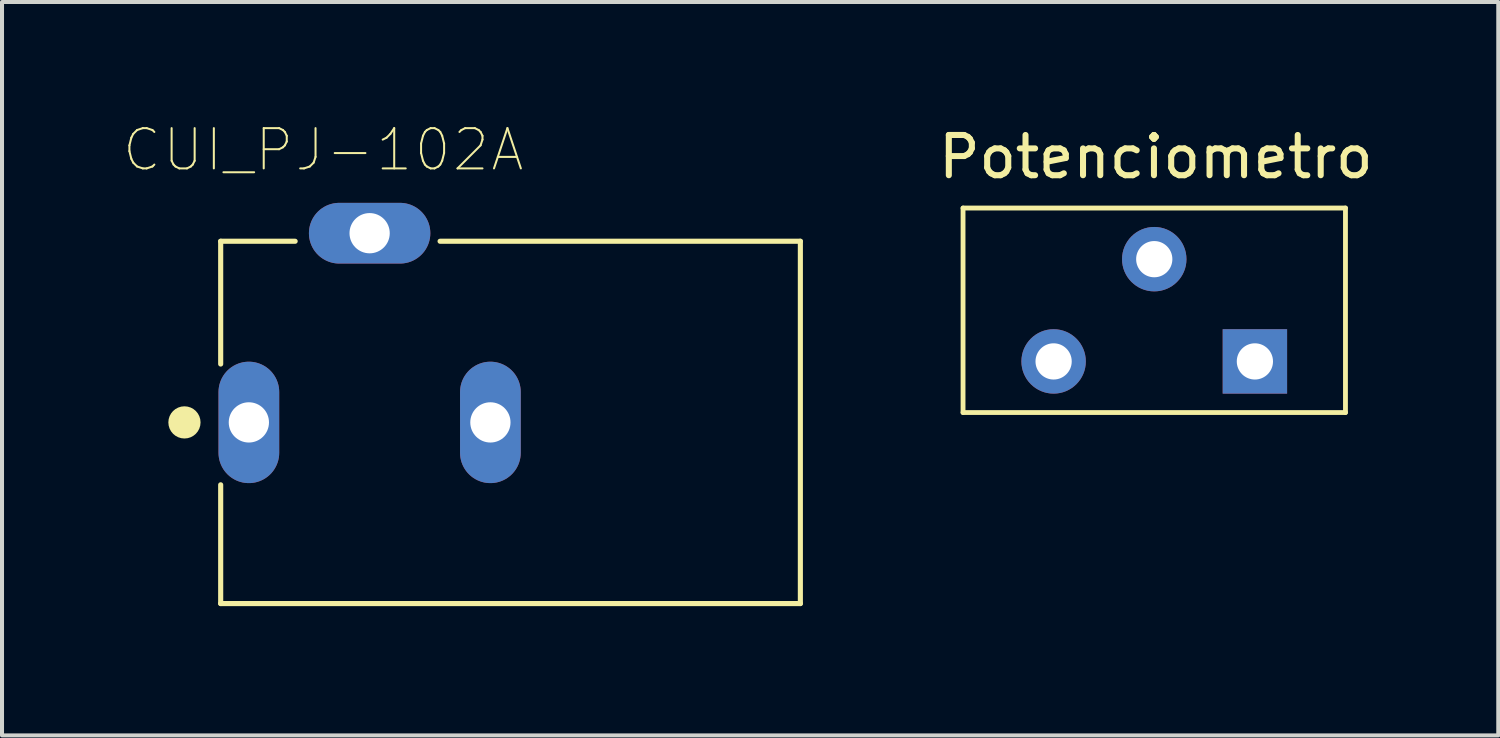
<source format=kicad_pcb>
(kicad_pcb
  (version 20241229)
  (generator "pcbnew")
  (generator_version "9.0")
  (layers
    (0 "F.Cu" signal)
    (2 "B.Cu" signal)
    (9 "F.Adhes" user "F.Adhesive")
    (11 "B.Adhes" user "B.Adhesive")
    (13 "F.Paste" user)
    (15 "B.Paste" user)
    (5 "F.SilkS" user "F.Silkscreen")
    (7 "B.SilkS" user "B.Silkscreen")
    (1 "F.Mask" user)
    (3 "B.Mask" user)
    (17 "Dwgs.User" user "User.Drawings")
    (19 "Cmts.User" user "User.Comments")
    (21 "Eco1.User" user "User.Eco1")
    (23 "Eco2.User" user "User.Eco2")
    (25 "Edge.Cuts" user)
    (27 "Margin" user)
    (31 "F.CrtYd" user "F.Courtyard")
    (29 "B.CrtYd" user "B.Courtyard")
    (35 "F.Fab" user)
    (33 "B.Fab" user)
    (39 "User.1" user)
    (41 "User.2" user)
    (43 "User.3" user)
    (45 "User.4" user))
  (footprint "CUI_PJ-102A"
    (layer "F.Cu")
    (at 9.632 7.443)
    (property "Reference" "CUI_PJ-102A" (at -4.653 -6.77 0) (layer "F.SilkS") (effects (font (size 1.001 1.001) (thickness 0.05))))
    (attr through_hole)
    (fp_line (start -7.2 -4.5) (end -5.35 -4.5) (stroke (width 0.127) (type solid)) (layer "F.SilkS"))
    (fp_line (start -7.2 -1.45) (end -7.2 -4.5) (stroke (width 0.127) (type solid)) (layer "F.SilkS"))
    (fp_line (start -7.2 4.5) (end -7.2 1.55) (stroke (width 0.127) (type solid)) (layer "F.SilkS"))
    (fp_line (start -1.75 -4.5) (end 7.2 -4.5) (stroke (width 0.127) (type solid)) (layer "F.SilkS"))
    (fp_line (start 7.2 -4.5) (end 7.2 4.5) (stroke (width 0.127) (type solid)) (layer "F.SilkS"))
    (fp_line (start 7.2 4.5) (end -7.2 4.5) (stroke (width 0.127) (type solid)) (layer "F.SilkS"))
    (fp_circle (center -8.1 0) (end -7.9 0) (stroke (width 0.4) (type solid)) (fill no) (layer "F.SilkS"))
    (fp_line (start -7.55 -2.25) (end -7.55 2.35) (stroke (width 0.05) (type solid)) (layer "Eco1.User"))
    (fp_line (start -7.55 2.35) (end -7.45 2.35) (stroke (width 0.05) (type solid)) (layer "Eco1.User"))
    (fp_line (start -7.45 -4.75) (end -5.35 -4.75) (stroke (width 0.05) (type solid)) (layer "Eco1.User"))
    (fp_line (start -7.45 -2.25) (end -7.55 -2.25) (stroke (width 0.05) (type solid)) (layer "Eco1.User"))
    (fp_line (start -7.45 -2.25) (end -7.45 -4.75) (stroke (width 0.05) (type solid)) (layer "Eco1.User"))
    (fp_line (start -7.45 4.75) (end -7.45 2.35) (stroke (width 0.05) (type solid)) (layer "Eco1.User"))
    (fp_line (start -5.35 -5.8) (end -1.65 -5.8) (stroke (width 0.05) (type solid)) (layer "Eco1.User"))
    (fp_line (start -5.35 -4.75) (end -5.35 -5.8) (stroke (width 0.05) (type solid)) (layer "Eco1.User"))
    (fp_line (start -1.65 -5.8) (end -1.65 -4.75) (stroke (width 0.05) (type solid)) (layer "Eco1.User"))
    (fp_line (start -1.65 -4.75) (end 7.5 -4.75) (stroke (width 0.05) (type solid)) (layer "Eco1.User"))
    (fp_line (start 7.5 -4.75) (end 7.5 4.75) (stroke (width 0.05) (type solid)) (layer "Eco1.User"))
    (fp_line (start 7.5 4.75) (end -7.45 4.75) (stroke (width 0.05) (type solid)) (layer "Eco1.User"))
    (fp_line (start -7.2 -4.5) (end 7.2 -4.5) (stroke (width 0.127) (type solid)) (layer "Eco2.User"))
    (fp_line (start -7.2 4.5) (end -7.2 -4.5) (stroke (width 0.127) (type solid)) (layer "Eco2.User"))
    (fp_line (start 7.2 -4.5) (end 7.2 4.5) (stroke (width 0.127) (type solid)) (layer "Eco2.User"))
    (fp_line (start 7.2 4.5) (end -7.2 4.5) (stroke (width 0.127) (type solid)) (layer "Eco2.User"))
    (fp_line (start -7 -0.8) (end -6 -0.8) (stroke (width 0.0001) (type solid)) (layer "Edge.Cuts"))
    (fp_line (start -7 0.8) (end -7 -0.8) (stroke (width 0.0001) (type solid)) (layer "Edge.Cuts"))
    (fp_line (start -6 -0.8) (end -6 0.8) (stroke (width 0.0001) (type solid)) (layer "Edge.Cuts"))
    (fp_line (start -6 0.8) (end -7 0.8) (stroke (width 0.0001) (type solid)) (layer "Edge.Cuts"))
    (fp_line (start -4.3 -5.2) (end -2.7 -5.2) (stroke (width 0.0001) (type solid)) (layer "Edge.Cuts"))
    (fp_line (start -4.3 -4.2) (end -4.3 -5.2) (stroke (width 0.0001) (type solid)) (layer "Edge.Cuts"))
    (fp_line (start -2.7 -5.2) (end -2.7 -4.2) (stroke (width 0.0001) (type solid)) (layer "Edge.Cuts"))
    (fp_line (start -2.7 -4.2) (end -4.3 -4.2) (stroke (width 0.0001) (type solid)) (layer "Edge.Cuts"))
    (fp_line (start -1 -0.8) (end 0 -0.8) (stroke (width 0.0001) (type solid)) (layer "Edge.Cuts"))
    (fp_line (start -1 0.8) (end -1 -0.8) (stroke (width 0.0001) (type solid)) (layer "Edge.Cuts"))
    (fp_line (start 0 -0.8) (end 0 0.8) (stroke (width 0.0001) (type solid)) (layer "Edge.Cuts"))
    (fp_line (start 0 0.8) (end -1 0.8) (stroke (width 0.0001) (type solid)) (layer "Edge.Cuts"))
    (pad "1" thru_hole oval (at -6.5 0 90) (size 3.016 1.508) (drill 1) (layers "*.Cu" "*.Mask"))
    (pad "2" thru_hole oval (at -0.5 0 90) (size 3.016 1.508) (drill 1) (layers "*.Cu" "*.Mask"))
    (pad "3" thru_hole oval (at -3.5 -4.7 180) (size 3.016 1.508) (drill 1) (layers "*.Cu" "*.Mask")))
  (footprint "Potenciometro"
    (layer "F.Cu")
    (at 23.123 5.928)
    (property "Reference" "Potenciometro" (at 2.54 -5.08 0) (layer "F.SilkS") (effects (font (size 1 1) (thickness 0.15))))
    (attr through_hole)
    (fp_line (start -2.25 -3.81) (end -2.25 1.27) (stroke (width 0.12) (type solid)) (layer "F.SilkS"))
    (fp_line (start -2.25 1.27) (end 7.25 1.27) (stroke (width 0.12) (type solid)) (layer "F.SilkS"))
    (fp_line (start 7.25 -3.81) (end -2.25 -3.81) (stroke (width 0.12) (type solid)) (layer "F.SilkS"))
    (fp_line (start 7.25 1.27) (end 7.25 -3.81) (stroke (width 0.12) (type solid)) (layer "F.SilkS"))
    (pad "1" thru_hole rect (at 5 0) (size 1.6 1.6) (drill 0.9) (layers "*.Cu" "*.Mask"))
    (pad "2" thru_hole circle (at 2.5 -2.54) (size 1.6 1.6) (drill 0.9) (layers "*.Cu" "*.Mask"))
    (pad "3" thru_hole circle (at 0 0) (size 1.6 1.6) (drill 0.9) (layers "*.Cu" "*.Mask")))
  (gr_rect
    (start -3 -3)
    (end 34.169 15.218)
    (stroke (width 0.1) (type default))
    (fill no)
    (layer "Edge.Cuts")))
</source>
